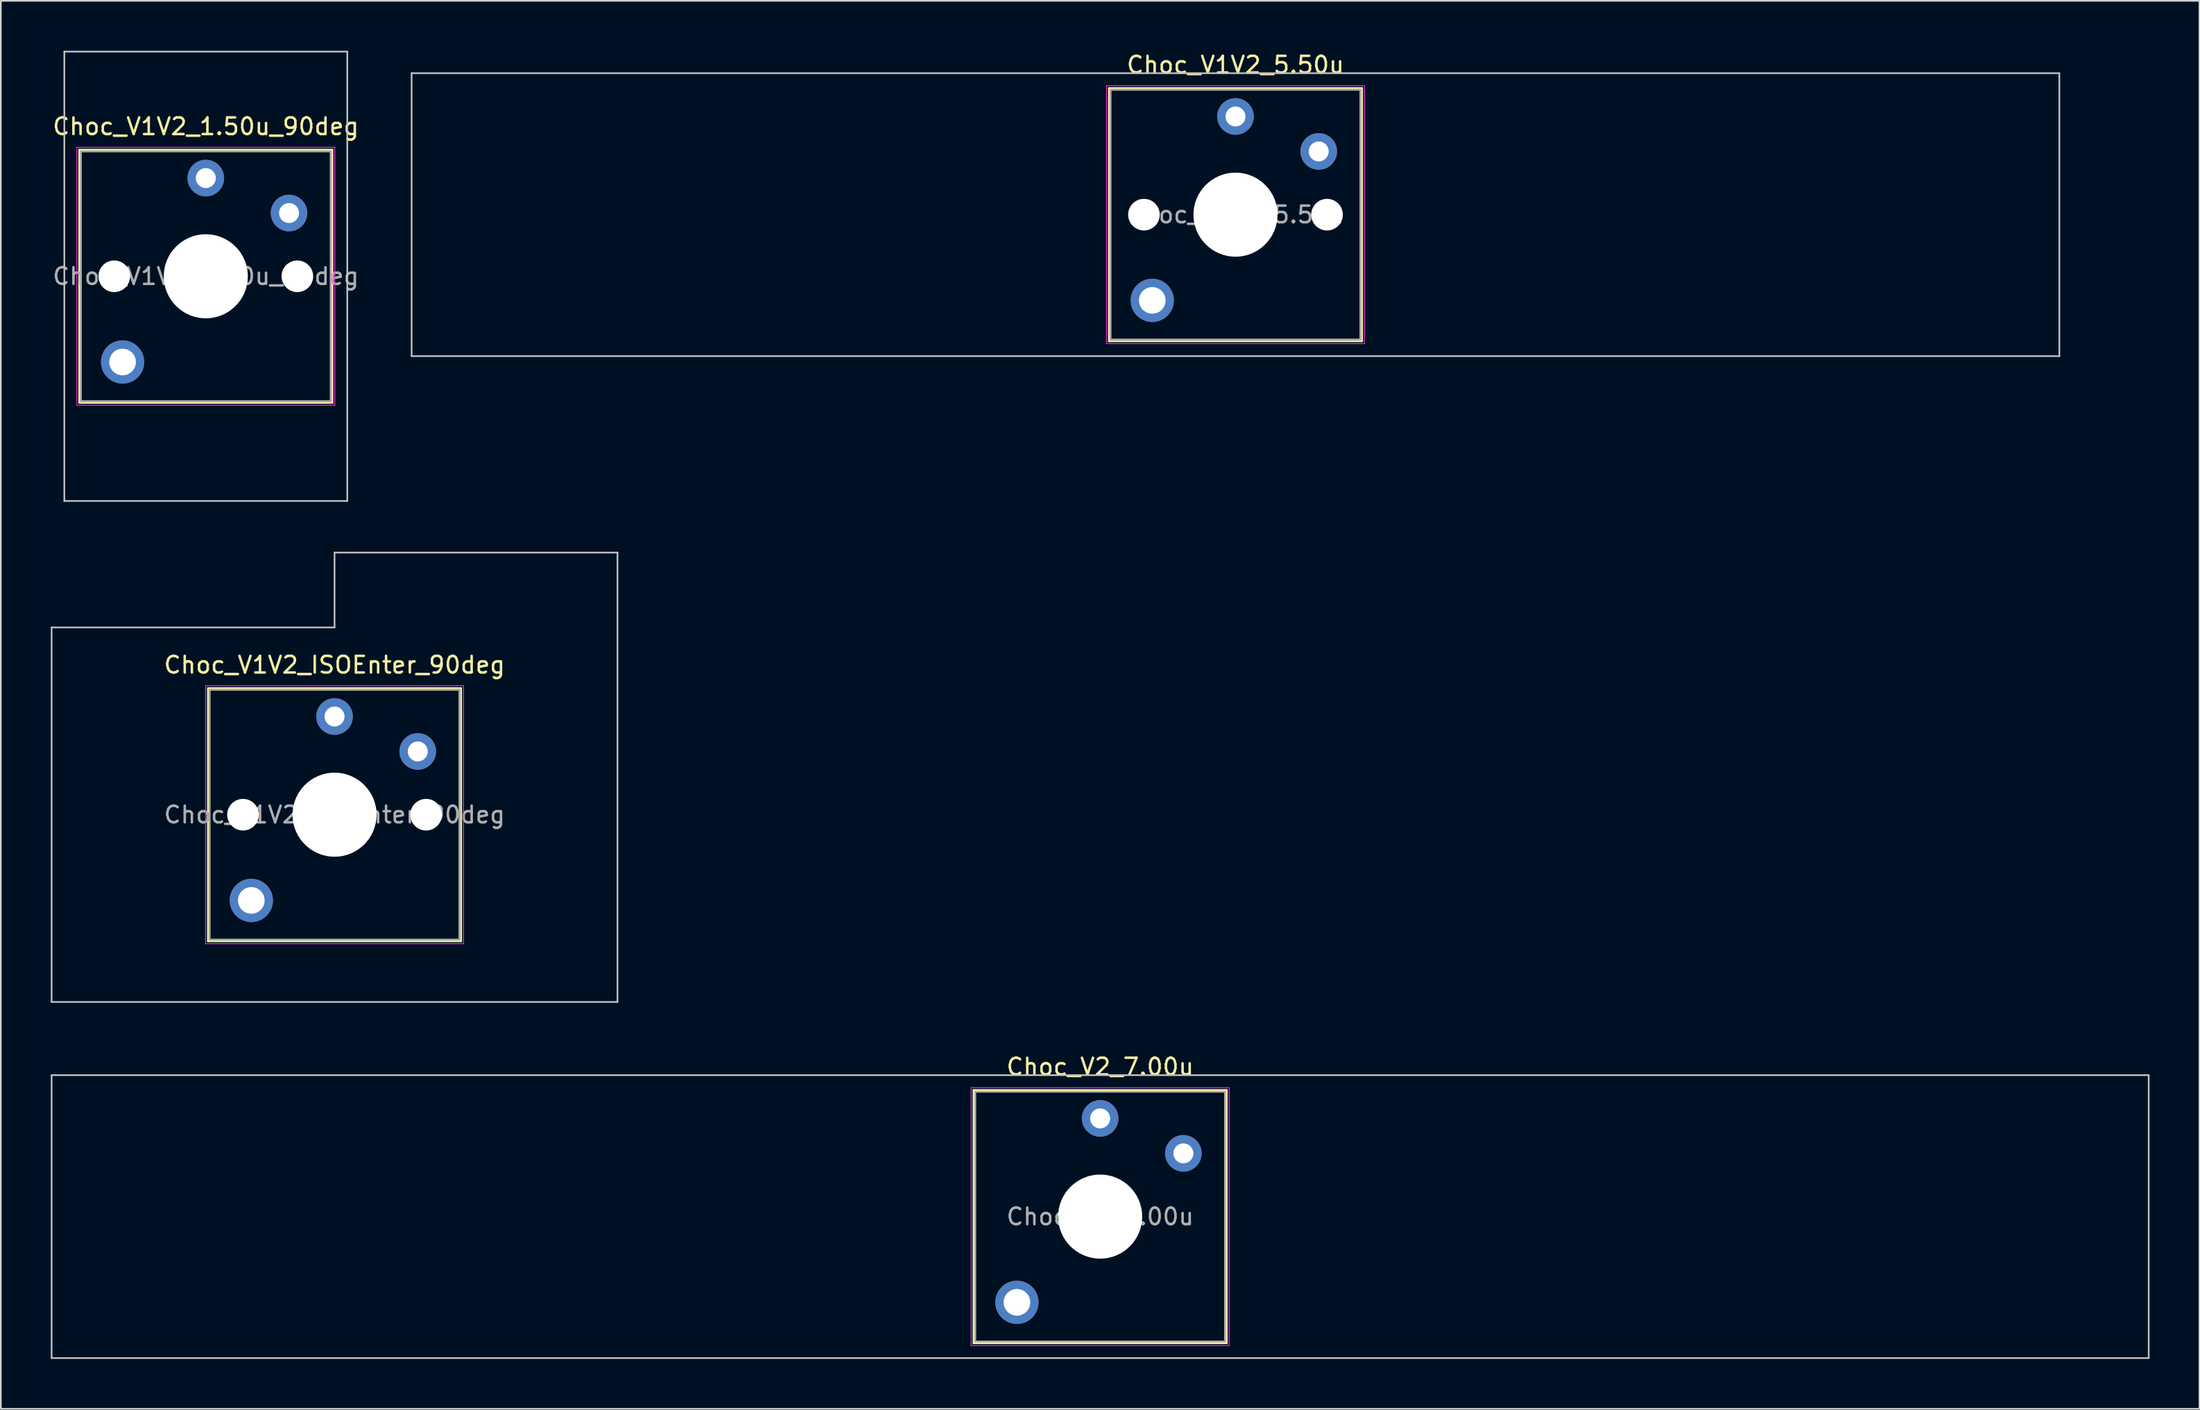
<source format=kicad_pcb>
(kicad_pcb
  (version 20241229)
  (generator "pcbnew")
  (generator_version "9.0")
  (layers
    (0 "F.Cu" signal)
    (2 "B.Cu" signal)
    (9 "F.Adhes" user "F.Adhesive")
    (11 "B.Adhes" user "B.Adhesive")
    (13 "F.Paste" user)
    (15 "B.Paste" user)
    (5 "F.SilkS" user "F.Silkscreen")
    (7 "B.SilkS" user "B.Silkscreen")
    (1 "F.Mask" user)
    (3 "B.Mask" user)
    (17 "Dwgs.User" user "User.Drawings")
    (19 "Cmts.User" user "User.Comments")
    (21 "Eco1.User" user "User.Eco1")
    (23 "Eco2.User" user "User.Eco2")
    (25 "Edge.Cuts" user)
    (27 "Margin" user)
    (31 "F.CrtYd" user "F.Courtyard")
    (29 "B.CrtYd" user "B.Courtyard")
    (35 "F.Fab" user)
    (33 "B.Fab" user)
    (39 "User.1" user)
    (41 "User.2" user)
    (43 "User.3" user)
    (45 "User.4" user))
  (footprint "Choc_V1V2_ISOEnter_90deg"
    (layer "F.Cu")
    (at 17.05 45.9)
    (property "Reference" "Choc_V1V2_ISOEnter_90deg" (at 0 -9 0) (layer "F.SilkS") (effects (font (size 1 1) (thickness 0.15))))
    (attr through_hole)
    (fp_line (start -7.6 -7.6) (end -7.6 7.6) (stroke (width 0.12) (type solid)) (layer "F.SilkS"))
    (fp_line (start -7.6 7.6) (end 7.6 7.6) (stroke (width 0.12) (type solid)) (layer "F.SilkS"))
    (fp_line (start 7.6 -7.6) (end -7.6 -7.6) (stroke (width 0.12) (type solid)) (layer "F.SilkS"))
    (fp_line (start 7.6 7.6) (end 7.6 -7.6) (stroke (width 0.12) (type solid)) (layer "F.SilkS"))
    (fp_line (start -17 -11.25) (end -17 11.25) (stroke (width 0.1) (type solid)) (layer "Dwgs.User"))
    (fp_line (start -17 11.25) (end 17 11.25) (stroke (width 0.1) (type solid)) (layer "Dwgs.User"))
    (fp_line (start 0 -15.75) (end 0 -11.25) (stroke (width 0.1) (type solid)) (layer "Dwgs.User"))
    (fp_line (start 0 -11.25) (end -17 -11.25) (stroke (width 0.1) (type solid)) (layer "Dwgs.User"))
    (fp_line (start 17 -15.75) (end 0 -15.75) (stroke (width 0.1) (type solid)) (layer "Dwgs.User"))
    (fp_line (start 17 11.25) (end 17 -15.75) (stroke (width 0.1) (type solid)) (layer "Dwgs.User"))
    (fp_line (start -7.25 -7.25) (end -7.25 7.25) (stroke (width 0.1) (type solid)) (layer "Eco1.User"))
    (fp_line (start -7.25 7.25) (end 7.25 7.25) (stroke (width 0.1) (type solid)) (layer "Eco1.User"))
    (fp_line (start 7.25 -7.25) (end -7.25 -7.25) (stroke (width 0.1) (type solid)) (layer "Eco1.User"))
    (fp_line (start 7.25 7.25) (end 7.25 -7.25) (stroke (width 0.1) (type solid)) (layer "Eco1.User"))
    (fp_line (start -7.75 -7.75) (end -7.75 7.75) (stroke (width 0.05) (type solid)) (layer "F.CrtYd"))
    (fp_line (start -7.75 7.75) (end 7.75 7.75) (stroke (width 0.05) (type solid)) (layer "F.CrtYd"))
    (fp_line (start 7.75 -7.75) (end -7.75 -7.75) (stroke (width 0.05) (type solid)) (layer "F.CrtYd"))
    (fp_line (start 7.75 7.75) (end 7.75 -7.75) (stroke (width 0.05) (type solid)) (layer "F.CrtYd"))
    (fp_line (start -7.5 -7.5) (end -7.5 7.5) (stroke (width 0.1) (type solid)) (layer "F.Fab"))
    (fp_line (start -7.5 7.5) (end 7.5 7.5) (stroke (width 0.1) (type solid)) (layer "F.Fab"))
    (fp_line (start 7.5 -7.5) (end -7.5 -7.5) (stroke (width 0.1) (type solid)) (layer "F.Fab"))
    (fp_line (start 7.5 7.5) (end 7.5 -7.5) (stroke (width 0.1) (type solid)) (layer "F.Fab"))
    (fp_text user "${REFERENCE}" (at 0 0 0) (layer "F.Fab") (effects (font (size 1 1) (thickness 0.15))))
    (pad "" np_thru_hole circle (at -5.5 0) (size 1.9 1.9) (drill 1.9) (layers "*.Cu" "*.Mask"))
    (pad "" thru_hole circle (at -5 5.15) (size 2.6 2.6) (drill 1.6) (layers "*.Cu" "*.Mask"))
    (pad "" np_thru_hole circle (at 0 0) (size 5.05 5.05) (drill 5.05) (layers "*.Cu" "*.Mask"))
    (pad "" np_thru_hole circle (at 5.5 0) (size 1.9 1.9) (drill 1.9) (layers "*.Cu" "*.Mask"))
    (pad "1" thru_hole circle (at 0 -5.9) (size 2.2 2.2) (drill 1.2) (layers "*.Cu" "*.Mask"))
    (pad "2" thru_hole circle (at 5 -3.8) (size 2.2 2.2) (drill 1.2) (layers "*.Cu" "*.Mask")))
  (footprint "Choc_V2_7.00u"
    (layer "F.Cu")
    (at 63.05 70.048)
    (property "Reference" "Choc_V2_7.00u" (at 0 -9 0) (layer "F.SilkS") (effects (font (size 1 1) (thickness 0.15))))
    (attr through_hole)
    (fp_line (start -7.6 -7.6) (end -7.6 7.6) (stroke (width 0.12) (type solid)) (layer "F.SilkS"))
    (fp_line (start -7.6 7.6) (end 7.6 7.6) (stroke (width 0.12) (type solid)) (layer "F.SilkS"))
    (fp_line (start 7.6 -7.6) (end -7.6 -7.6) (stroke (width 0.12) (type solid)) (layer "F.SilkS"))
    (fp_line (start 7.6 7.6) (end 7.6 -7.6) (stroke (width 0.12) (type solid)) (layer "F.SilkS"))
    (fp_line (start -63 -8.5) (end -63 8.5) (stroke (width 0.1) (type solid)) (layer "Dwgs.User"))
    (fp_line (start -63 8.5) (end 63 8.5) (stroke (width 0.1) (type solid)) (layer "Dwgs.User"))
    (fp_line (start 63 -8.5) (end -63 -8.5) (stroke (width 0.1) (type solid)) (layer "Dwgs.User"))
    (fp_line (start 63 8.5) (end 63 -8.5) (stroke (width 0.1) (type solid)) (layer "Dwgs.User"))
    (fp_line (start -7.25 -7.25) (end -7.25 7.25) (stroke (width 0.1) (type solid)) (layer "Eco1.User"))
    (fp_line (start -7.25 7.25) (end 7.25 7.25) (stroke (width 0.1) (type solid)) (layer "Eco1.User"))
    (fp_line (start 7.25 -7.25) (end -7.25 -7.25) (stroke (width 0.1) (type solid)) (layer "Eco1.User"))
    (fp_line (start 7.25 7.25) (end 7.25 -7.25) (stroke (width 0.1) (type solid)) (layer "Eco1.User"))
    (fp_line (start -7.75 -7.75) (end -7.75 7.75) (stroke (width 0.05) (type solid)) (layer "F.CrtYd"))
    (fp_line (start -7.75 7.75) (end 7.75 7.75) (stroke (width 0.05) (type solid)) (layer "F.CrtYd"))
    (fp_line (start 7.75 -7.75) (end -7.75 -7.75) (stroke (width 0.05) (type solid)) (layer "F.CrtYd"))
    (fp_line (start 7.75 7.75) (end 7.75 -7.75) (stroke (width 0.05) (type solid)) (layer "F.CrtYd"))
    (fp_line (start -7.5 -7.5) (end -7.5 7.5) (stroke (width 0.1) (type solid)) (layer "F.Fab"))
    (fp_line (start -7.5 7.5) (end 7.5 7.5) (stroke (width 0.1) (type solid)) (layer "F.Fab"))
    (fp_line (start 7.5 -7.5) (end -7.5 -7.5) (stroke (width 0.1) (type solid)) (layer "F.Fab"))
    (fp_line (start 7.5 7.5) (end 7.5 -7.5) (stroke (width 0.1) (type solid)) (layer "F.Fab"))
    (fp_text user "${REFERENCE}" (at 0 0 0) (layer "F.Fab") (effects (font (size 1 1) (thickness 0.15))))
    (pad "" thru_hole circle (at -5 5.15) (size 2.6 2.6) (drill 1.6) (layers "*.Cu" "*.Mask"))
    (pad "" np_thru_hole circle (at 0 0) (size 5.05 5.05) (drill 5.05) (layers "*.Cu" "*.Mask"))
    (pad "1" thru_hole circle (at 0 -5.9) (size 2.2 2.2) (drill 1.2) (layers "*.Cu" "*.Mask"))
    (pad "2" thru_hole circle (at 5 -3.8) (size 2.2 2.2) (drill 1.2) (layers "*.Cu" "*.Mask")))
  (footprint "Choc_V1V2_1.50u_90deg"
    (layer "F.Cu")
    (at 9.315 13.55)
    (property "Reference" "Choc_V1V2_1.50u_90deg" (at 0 -9 0) (layer "F.SilkS") (effects (font (size 1 1) (thickness 0.15))))
    (attr through_hole)
    (fp_line (start -7.6 -7.6) (end -7.6 7.6) (stroke (width 0.12) (type solid)) (layer "F.SilkS"))
    (fp_line (start -7.6 7.6) (end 7.6 7.6) (stroke (width 0.12) (type solid)) (layer "F.SilkS"))
    (fp_line (start 7.6 -7.6) (end -7.6 -7.6) (stroke (width 0.12) (type solid)) (layer "F.SilkS"))
    (fp_line (start 7.6 7.6) (end 7.6 -7.6) (stroke (width 0.12) (type solid)) (layer "F.SilkS"))
    (fp_line (start -8.5 -13.5) (end 8.5 -13.5) (stroke (width 0.1) (type solid)) (layer "Dwgs.User"))
    (fp_line (start -8.5 13.5) (end -8.5 -13.5) (stroke (width 0.1) (type solid)) (layer "Dwgs.User"))
    (fp_line (start 8.5 -13.5) (end 8.5 13.5) (stroke (width 0.1) (type solid)) (layer "Dwgs.User"))
    (fp_line (start 8.5 13.5) (end -8.5 13.5) (stroke (width 0.1) (type solid)) (layer "Dwgs.User"))
    (fp_line (start -7.25 -7.25) (end -7.25 7.25) (stroke (width 0.1) (type solid)) (layer "Eco1.User"))
    (fp_line (start -7.25 7.25) (end 7.25 7.25) (stroke (width 0.1) (type solid)) (layer "Eco1.User"))
    (fp_line (start 7.25 -7.25) (end -7.25 -7.25) (stroke (width 0.1) (type solid)) (layer "Eco1.User"))
    (fp_line (start 7.25 7.25) (end 7.25 -7.25) (stroke (width 0.1) (type solid)) (layer "Eco1.User"))
    (fp_line (start -7.75 -7.75) (end -7.75 7.75) (stroke (width 0.05) (type solid)) (layer "F.CrtYd"))
    (fp_line (start -7.75 7.75) (end 7.75 7.75) (stroke (width 0.05) (type solid)) (layer "F.CrtYd"))
    (fp_line (start 7.75 -7.75) (end -7.75 -7.75) (stroke (width 0.05) (type solid)) (layer "F.CrtYd"))
    (fp_line (start 7.75 7.75) (end 7.75 -7.75) (stroke (width 0.05) (type solid)) (layer "F.CrtYd"))
    (fp_line (start -7.5 -7.5) (end -7.5 7.5) (stroke (width 0.1) (type solid)) (layer "F.Fab"))
    (fp_line (start -7.5 7.5) (end 7.5 7.5) (stroke (width 0.1) (type solid)) (layer "F.Fab"))
    (fp_line (start 7.5 -7.5) (end -7.5 -7.5) (stroke (width 0.1) (type solid)) (layer "F.Fab"))
    (fp_line (start 7.5 7.5) (end 7.5 -7.5) (stroke (width 0.1) (type solid)) (layer "F.Fab"))
    (fp_text user "${REFERENCE}" (at 0 0 0) (layer "F.Fab") (effects (font (size 1 1) (thickness 0.15))))
    (pad "" np_thru_hole circle (at -5.5 0) (size 1.9 1.9) (drill 1.9) (layers "*.Cu" "*.Mask"))
    (pad "" thru_hole circle (at -5 5.15) (size 2.6 2.6) (drill 1.6) (layers "*.Cu" "*.Mask"))
    (pad "" np_thru_hole circle (at 0 0) (size 5.05 5.05) (drill 5.05) (layers "*.Cu" "*.Mask"))
    (pad "" np_thru_hole circle (at 5.5 0) (size 1.9 1.9) (drill 1.9) (layers "*.Cu" "*.Mask"))
    (pad "1" thru_hole circle (at 0 -5.9) (size 2.2 2.2) (drill 1.2) (layers "*.Cu" "*.Mask"))
    (pad "2" thru_hole circle (at 5 -3.8) (size 2.2 2.2) (drill 1.2) (layers "*.Cu" "*.Mask")))
  (footprint "Choc_V1V2_5.50u"
    (layer "F.Cu")
    (at 71.181 9.848)
    (property "Reference" "Choc_V1V2_5.50u" (at 0 -9 0) (layer "F.SilkS") (effects (font (size 1 1) (thickness 0.15))))
    (attr through_hole)
    (fp_line (start -7.6 -7.6) (end -7.6 7.6) (stroke (width 0.12) (type solid)) (layer "F.SilkS"))
    (fp_line (start -7.6 7.6) (end 7.6 7.6) (stroke (width 0.12) (type solid)) (layer "F.SilkS"))
    (fp_line (start 7.6 -7.6) (end -7.6 -7.6) (stroke (width 0.12) (type solid)) (layer "F.SilkS"))
    (fp_line (start 7.6 7.6) (end 7.6 -7.6) (stroke (width 0.12) (type solid)) (layer "F.SilkS"))
    (fp_line (start -49.5 -8.5) (end -49.5 8.5) (stroke (width 0.1) (type solid)) (layer "Dwgs.User"))
    (fp_line (start -49.5 8.5) (end 49.5 8.5) (stroke (width 0.1) (type solid)) (layer "Dwgs.User"))
    (fp_line (start 49.5 -8.5) (end -49.5 -8.5) (stroke (width 0.1) (type solid)) (layer "Dwgs.User"))
    (fp_line (start 49.5 8.5) (end 49.5 -8.5) (stroke (width 0.1) (type solid)) (layer "Dwgs.User"))
    (fp_line (start -7.25 -7.25) (end -7.25 7.25) (stroke (width 0.1) (type solid)) (layer "Eco1.User"))
    (fp_line (start -7.25 7.25) (end 7.25 7.25) (stroke (width 0.1) (type solid)) (layer "Eco1.User"))
    (fp_line (start 7.25 -7.25) (end -7.25 -7.25) (stroke (width 0.1) (type solid)) (layer "Eco1.User"))
    (fp_line (start 7.25 7.25) (end 7.25 -7.25) (stroke (width 0.1) (type solid)) (layer "Eco1.User"))
    (fp_line (start -7.75 -7.75) (end -7.75 7.75) (stroke (width 0.05) (type solid)) (layer "F.CrtYd"))
    (fp_line (start -7.75 7.75) (end 7.75 7.75) (stroke (width 0.05) (type solid)) (layer "F.CrtYd"))
    (fp_line (start 7.75 -7.75) (end -7.75 -7.75) (stroke (width 0.05) (type solid)) (layer "F.CrtYd"))
    (fp_line (start 7.75 7.75) (end 7.75 -7.75) (stroke (width 0.05) (type solid)) (layer "F.CrtYd"))
    (fp_line (start -7.5 -7.5) (end -7.5 7.5) (stroke (width 0.1) (type solid)) (layer "F.Fab"))
    (fp_line (start -7.5 7.5) (end 7.5 7.5) (stroke (width 0.1) (type solid)) (layer "F.Fab"))
    (fp_line (start 7.5 -7.5) (end -7.5 -7.5) (stroke (width 0.1) (type solid)) (layer "F.Fab"))
    (fp_line (start 7.5 7.5) (end 7.5 -7.5) (stroke (width 0.1) (type solid)) (layer "F.Fab"))
    (fp_text user "${REFERENCE}" (at 0 0 0) (layer "F.Fab") (effects (font (size 1 1) (thickness 0.15))))
    (pad "" np_thru_hole circle (at -5.5 0) (size 1.9 1.9) (drill 1.9) (layers "*.Cu" "*.Mask"))
    (pad "" thru_hole circle (at -5 5.15) (size 2.6 2.6) (drill 1.6) (layers "*.Cu" "*.Mask"))
    (pad "" np_thru_hole circle (at 0 0) (size 5.05 5.05) (drill 5.05) (layers "*.Cu" "*.Mask"))
    (pad "" np_thru_hole circle (at 5.5 0) (size 1.9 1.9) (drill 1.9) (layers "*.Cu" "*.Mask"))
    (pad "1" thru_hole circle (at 0 -5.9) (size 2.2 2.2) (drill 1.2) (layers "*.Cu" "*.Mask"))
    (pad "2" thru_hole circle (at 5 -3.8) (size 2.2 2.2) (drill 1.2) (layers "*.Cu" "*.Mask")))
  (gr_rect
    (start -3 -3)
    (end 129.1 81.598)
    (stroke (width 0.1) (type default))
    (fill no)
    (layer "Edge.Cuts")))
</source>
